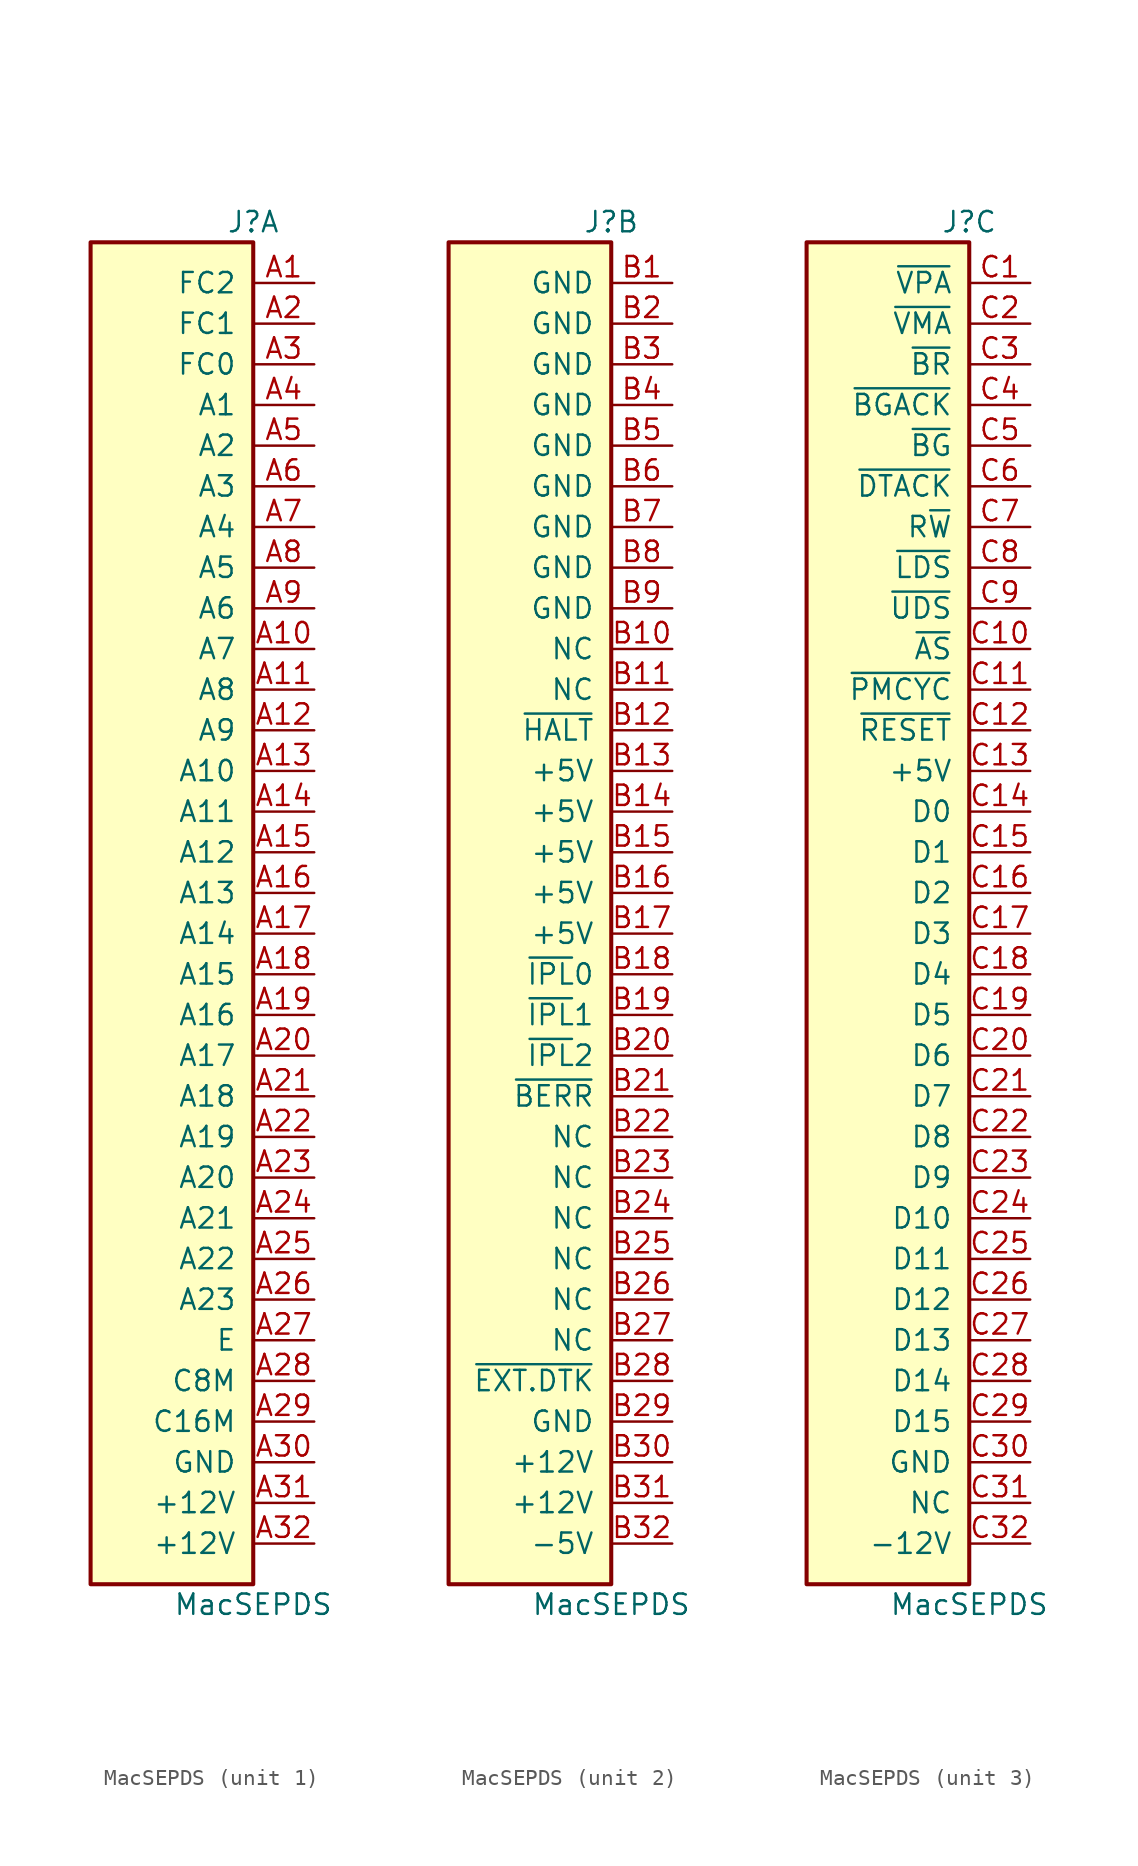
<source format=kicad_sym>
(kicad_symbol_lib
  (version 20220914)
  (generator kicad_symbol_editor)
  (symbol "MacSEPDS"
    (pin_names
      (offset 1.016))
    (property "Reference" "J"
      (at 0 45.72 0)
      (effects (font (size 1.27 1.27))))
    (property "Value" "MacSEPDS"
      (at 0 -40.64 0)
      (effects (font (size 1.27 1.27))))
    (property "ki_locked" ""
      (at 0 0 0)
      (effects (font (size 1.27 1.27))))
    (symbol "MacSEPDS_0_1"
      (rectangle (start 0 44.45) (end -10.16 -39.37) (stroke (width 0.254) (type default)) (fill (type background))))
    (symbol "MacSEPDS_1_1"
      (pin unspecified line (at 3.81 41.91 180) (length 3.81) (name "FC2" (effects (font (size 1.27 1.27)))) (number "A1" (effects (font (size 1.27 1.27)))))
      (pin unspecified line (at 3.81 19.05 180) (length 3.81) (name "A7" (effects (font (size 1.27 1.27)))) (number "A10" (effects (font (size 1.27 1.27)))))
      (pin unspecified line (at 3.81 16.51 180) (length 3.81) (name "A8" (effects (font (size 1.27 1.27)))) (number "A11" (effects (font (size 1.27 1.27)))))
      (pin unspecified line (at 3.81 13.97 180) (length 3.81) (name "A9" (effects (font (size 1.27 1.27)))) (number "A12" (effects (font (size 1.27 1.27)))))
      (pin unspecified line (at 3.81 11.43 180) (length 3.81) (name "A10" (effects (font (size 1.27 1.27)))) (number "A13" (effects (font (size 1.27 1.27)))))
      (pin unspecified line (at 3.81 8.89 180) (length 3.81) (name "A11" (effects (font (size 1.27 1.27)))) (number "A14" (effects (font (size 1.27 1.27)))))
      (pin unspecified line (at 3.81 6.35 180) (length 3.81) (name "A12" (effects (font (size 1.27 1.27)))) (number "A15" (effects (font (size 1.27 1.27)))))
      (pin unspecified line (at 3.81 3.81 180) (length 3.81) (name "A13" (effects (font (size 1.27 1.27)))) (number "A16" (effects (font (size 1.27 1.27)))))
      (pin unspecified line (at 3.81 1.27 180) (length 3.81) (name "A14" (effects (font (size 1.27 1.27)))) (number "A17" (effects (font (size 1.27 1.27)))))
      (pin unspecified line (at 3.81 -1.27 180) (length 3.81) (name "A15" (effects (font (size 1.27 1.27)))) (number "A18" (effects (font (size 1.27 1.27)))))
      (pin unspecified line (at 3.81 -3.81 180) (length 3.81) (name "A16" (effects (font (size 1.27 1.27)))) (number "A19" (effects (font (size 1.27 1.27)))))
      (pin unspecified line (at 3.81 39.37 180) (length 3.81) (name "FC1" (effects (font (size 1.27 1.27)))) (number "A2" (effects (font (size 1.27 1.27)))))
      (pin unspecified line (at 3.81 -6.35 180) (length 3.81) (name "A17" (effects (font (size 1.27 1.27)))) (number "A20" (effects (font (size 1.27 1.27)))))
      (pin unspecified line (at 3.81 -8.89 180) (length 3.81) (name "A18" (effects (font (size 1.27 1.27)))) (number "A21" (effects (font (size 1.27 1.27)))))
      (pin unspecified line (at 3.81 -11.43 180) (length 3.81) (name "A19" (effects (font (size 1.27 1.27)))) (number "A22" (effects (font (size 1.27 1.27)))))
      (pin unspecified line (at 3.81 -13.97 180) (length 3.81) (name "A20" (effects (font (size 1.27 1.27)))) (number "A23" (effects (font (size 1.27 1.27)))))
      (pin unspecified line (at 3.81 -16.51 180) (length 3.81) (name "A21" (effects (font (size 1.27 1.27)))) (number "A24" (effects (font (size 1.27 1.27)))))
      (pin unspecified line (at 3.81 -19.05 180) (length 3.81) (name "A22" (effects (font (size 1.27 1.27)))) (number "A25" (effects (font (size 1.27 1.27)))))
      (pin unspecified line (at 3.81 -21.59 180) (length 3.81) (name "A23" (effects (font (size 1.27 1.27)))) (number "A26" (effects (font (size 1.27 1.27)))))
      (pin unspecified line (at 3.81 -24.13 180) (length 3.81) (name "E" (effects (font (size 1.27 1.27)))) (number "A27" (effects (font (size 1.27 1.27)))))
      (pin unspecified line (at 3.81 -26.67 180) (length 3.81) (name "C8M" (effects (font (size 1.27 1.27)))) (number "A28" (effects (font (size 1.27 1.27)))))
      (pin unspecified line (at 3.81 -29.21 180) (length 3.81) (name "C16M" (effects (font (size 1.27 1.27)))) (number "A29" (effects (font (size 1.27 1.27)))))
      (pin unspecified line (at 3.81 36.83 180) (length 3.81) (name "FC0" (effects (font (size 1.27 1.27)))) (number "A3" (effects (font (size 1.27 1.27)))))
      (pin unspecified line (at 3.81 -31.75 180) (length 3.81) (name "GND" (effects (font (size 1.27 1.27)))) (number "A30" (effects (font (size 1.27 1.27)))))
      (pin unspecified line (at 3.81 -34.29 180) (length 3.81) (name "+12V" (effects (font (size 1.27 1.27)))) (number "A31" (effects (font (size 1.27 1.27)))))
      (pin unspecified line (at 3.81 -36.83 180) (length 3.81) (name "+12V" (effects (font (size 1.27 1.27)))) (number "A32" (effects (font (size 1.27 1.27)))))
      (pin unspecified line (at 3.81 34.29 180) (length 3.81) (name "A1" (effects (font (size 1.27 1.27)))) (number "A4" (effects (font (size 1.27 1.27)))))
      (pin unspecified line (at 3.81 31.75 180) (length 3.81) (name "A2" (effects (font (size 1.27 1.27)))) (number "A5" (effects (font (size 1.27 1.27)))))
      (pin unspecified line (at 3.81 29.21 180) (length 3.81) (name "A3" (effects (font (size 1.27 1.27)))) (number "A6" (effects (font (size 1.27 1.27)))))
      (pin unspecified line (at 3.81 26.67 180) (length 3.81) (name "A4" (effects (font (size 1.27 1.27)))) (number "A7" (effects (font (size 1.27 1.27)))))
      (pin unspecified line (at 3.81 24.13 180) (length 3.81) (name "A5" (effects (font (size 1.27 1.27)))) (number "A8" (effects (font (size 1.27 1.27)))))
      (pin unspecified line (at 3.81 21.59 180) (length 3.81) (name "A6" (effects (font (size 1.27 1.27)))) (number "A9" (effects (font (size 1.27 1.27))))))
    (symbol "MacSEPDS_2_1"
      (pin unspecified line (at 3.81 41.91 180) (length 3.81) (name "GND" (effects (font (size 1.27 1.27)))) (number "B1" (effects (font (size 1.27 1.27)))))
      (pin unspecified line (at 3.81 19.05 180) (length 3.81) (name "NC" (effects (font (size 1.27 1.27)))) (number "B10" (effects (font (size 1.27 1.27)))))
      (pin unspecified line (at 3.81 16.51 180) (length 3.81) (name "NC" (effects (font (size 1.27 1.27)))) (number "B11" (effects (font (size 1.27 1.27)))))
      (pin unspecified line (at 3.81 13.97 180) (length 3.81) (name "~{HALT}" (effects (font (size 1.27 1.27)))) (number "B12" (effects (font (size 1.27 1.27)))))
      (pin unspecified line (at 3.81 11.43 180) (length 3.81) (name "+5V" (effects (font (size 1.27 1.27)))) (number "B13" (effects (font (size 1.27 1.27)))))
      (pin unspecified line (at 3.81 8.89 180) (length 3.81) (name "+5V" (effects (font (size 1.27 1.27)))) (number "B14" (effects (font (size 1.27 1.27)))))
      (pin unspecified line (at 3.81 6.35 180) (length 3.81) (name "+5V" (effects (font (size 1.27 1.27)))) (number "B15" (effects (font (size 1.27 1.27)))))
      (pin unspecified line (at 3.81 3.81 180) (length 3.81) (name "+5V" (effects (font (size 1.27 1.27)))) (number "B16" (effects (font (size 1.27 1.27)))))
      (pin unspecified line (at 3.81 1.27 180) (length 3.81) (name "+5V" (effects (font (size 1.27 1.27)))) (number "B17" (effects (font (size 1.27 1.27)))))
      (pin unspecified line (at 3.81 -1.27 180) (length 3.81) (name "~{IPL}0" (effects (font (size 1.27 1.27)))) (number "B18" (effects (font (size 1.27 1.27)))))
      (pin unspecified line (at 3.81 -3.81 180) (length 3.81) (name "~{IPL}1" (effects (font (size 1.27 1.27)))) (number "B19" (effects (font (size 1.27 1.27)))))
      (pin unspecified line (at 3.81 39.37 180) (length 3.81) (name "GND" (effects (font (size 1.27 1.27)))) (number "B2" (effects (font (size 1.27 1.27)))))
      (pin unspecified line (at 3.81 -6.35 180) (length 3.81) (name "~{IPL}2" (effects (font (size 1.27 1.27)))) (number "B20" (effects (font (size 1.27 1.27)))))
      (pin unspecified line (at 3.81 -8.89 180) (length 3.81) (name "~{BERR}" (effects (font (size 1.27 1.27)))) (number "B21" (effects (font (size 1.27 1.27)))))
      (pin unspecified line (at 3.81 -11.43 180) (length 3.81) (name "NC" (effects (font (size 1.27 1.27)))) (number "B22" (effects (font (size 1.27 1.27)))))
      (pin unspecified line (at 3.81 -13.97 180) (length 3.81) (name "NC" (effects (font (size 1.27 1.27)))) (number "B23" (effects (font (size 1.27 1.27)))))
      (pin unspecified line (at 3.81 -16.51 180) (length 3.81) (name "NC" (effects (font (size 1.27 1.27)))) (number "B24" (effects (font (size 1.27 1.27)))))
      (pin unspecified line (at 3.81 -19.05 180) (length 3.81) (name "NC" (effects (font (size 1.27 1.27)))) (number "B25" (effects (font (size 1.27 1.27)))))
      (pin unspecified line (at 3.81 -21.59 180) (length 3.81) (name "NC" (effects (font (size 1.27 1.27)))) (number "B26" (effects (font (size 1.27 1.27)))))
      (pin unspecified line (at 3.81 -24.13 180) (length 3.81) (name "NC" (effects (font (size 1.27 1.27)))) (number "B27" (effects (font (size 1.27 1.27)))))
      (pin unspecified line (at 3.81 -26.67 180) (length 3.81) (name "~{EXT.DTK}" (effects (font (size 1.27 1.27)))) (number "B28" (effects (font (size 1.27 1.27)))))
      (pin unspecified line (at 3.81 -29.21 180) (length 3.81) (name "GND" (effects (font (size 1.27 1.27)))) (number "B29" (effects (font (size 1.27 1.27)))))
      (pin unspecified line (at 3.81 36.83 180) (length 3.81) (name "GND" (effects (font (size 1.27 1.27)))) (number "B3" (effects (font (size 1.27 1.27)))))
      (pin unspecified line (at 3.81 -31.75 180) (length 3.81) (name "+12V" (effects (font (size 1.27 1.27)))) (number "B30" (effects (font (size 1.27 1.27)))))
      (pin unspecified line (at 3.81 -34.29 180) (length 3.81) (name "+12V" (effects (font (size 1.27 1.27)))) (number "B31" (effects (font (size 1.27 1.27)))))
      (pin unspecified line (at 3.81 -36.83 180) (length 3.81) (name "-5V" (effects (font (size 1.27 1.27)))) (number "B32" (effects (font (size 1.27 1.27)))))
      (pin unspecified line (at 3.81 34.29 180) (length 3.81) (name "GND" (effects (font (size 1.27 1.27)))) (number "B4" (effects (font (size 1.27 1.27)))))
      (pin unspecified line (at 3.81 31.75 180) (length 3.81) (name "GND" (effects (font (size 1.27 1.27)))) (number "B5" (effects (font (size 1.27 1.27)))))
      (pin unspecified line (at 3.81 29.21 180) (length 3.81) (name "GND" (effects (font (size 1.27 1.27)))) (number "B6" (effects (font (size 1.27 1.27)))))
      (pin unspecified line (at 3.81 26.67 180) (length 3.81) (name "GND" (effects (font (size 1.27 1.27)))) (number "B7" (effects (font (size 1.27 1.27)))))
      (pin unspecified line (at 3.81 24.13 180) (length 3.81) (name "GND" (effects (font (size 1.27 1.27)))) (number "B8" (effects (font (size 1.27 1.27)))))
      (pin unspecified line (at 3.81 21.59 180) (length 3.81) (name "GND" (effects (font (size 1.27 1.27)))) (number "B9" (effects (font (size 1.27 1.27))))))
    (symbol "MacSEPDS_3_1"
      (pin unspecified line (at 3.81 41.91 180) (length 3.81) (name "~{VPA}" (effects (font (size 1.27 1.27)))) (number "C1" (effects (font (size 1.27 1.27)))))
      (pin unspecified line (at 3.81 19.05 180) (length 3.81) (name "~{AS}" (effects (font (size 1.27 1.27)))) (number "C10" (effects (font (size 1.27 1.27)))))
      (pin unspecified line (at 3.81 16.51 180) (length 3.81) (name "~{PMCYC}" (effects (font (size 1.27 1.27)))) (number "C11" (effects (font (size 1.27 1.27)))))
      (pin unspecified line (at 3.81 13.97 180) (length 3.81) (name "~{RESET}" (effects (font (size 1.27 1.27)))) (number "C12" (effects (font (size 1.27 1.27)))))
      (pin unspecified line (at 3.81 11.43 180) (length 3.81) (name "+5V" (effects (font (size 1.27 1.27)))) (number "C13" (effects (font (size 1.27 1.27)))))
      (pin unspecified line (at 3.81 8.89 180) (length 3.81) (name "D0" (effects (font (size 1.27 1.27)))) (number "C14" (effects (font (size 1.27 1.27)))))
      (pin unspecified line (at 3.81 6.35 180) (length 3.81) (name "D1" (effects (font (size 1.27 1.27)))) (number "C15" (effects (font (size 1.27 1.27)))))
      (pin unspecified line (at 3.81 3.81 180) (length 3.81) (name "D2" (effects (font (size 1.27 1.27)))) (number "C16" (effects (font (size 1.27 1.27)))))
      (pin unspecified line (at 3.81 1.27 180) (length 3.81) (name "D3" (effects (font (size 1.27 1.27)))) (number "C17" (effects (font (size 1.27 1.27)))))
      (pin unspecified line (at 3.81 -1.27 180) (length 3.81) (name "D4" (effects (font (size 1.27 1.27)))) (number "C18" (effects (font (size 1.27 1.27)))))
      (pin unspecified line (at 3.81 -3.81 180) (length 3.81) (name "D5" (effects (font (size 1.27 1.27)))) (number "C19" (effects (font (size 1.27 1.27)))))
      (pin unspecified line (at 3.81 39.37 180) (length 3.81) (name "~{VMA}" (effects (font (size 1.27 1.27)))) (number "C2" (effects (font (size 1.27 1.27)))))
      (pin unspecified line (at 3.81 -6.35 180) (length 3.81) (name "D6" (effects (font (size 1.27 1.27)))) (number "C20" (effects (font (size 1.27 1.27)))))
      (pin unspecified line (at 3.81 -8.89 180) (length 3.81) (name "D7" (effects (font (size 1.27 1.27)))) (number "C21" (effects (font (size 1.27 1.27)))))
      (pin unspecified line (at 3.81 -11.43 180) (length 3.81) (name "D8" (effects (font (size 1.27 1.27)))) (number "C22" (effects (font (size 1.27 1.27)))))
      (pin unspecified line (at 3.81 -13.97 180) (length 3.81) (name "D9" (effects (font (size 1.27 1.27)))) (number "C23" (effects (font (size 1.27 1.27)))))
      (pin unspecified line (at 3.81 -16.51 180) (length 3.81) (name "D10" (effects (font (size 1.27 1.27)))) (number "C24" (effects (font (size 1.27 1.27)))))
      (pin unspecified line (at 3.81 -19.05 180) (length 3.81) (name "D11" (effects (font (size 1.27 1.27)))) (number "C25" (effects (font (size 1.27 1.27)))))
      (pin unspecified line (at 3.81 -21.59 180) (length 3.81) (name "D12" (effects (font (size 1.27 1.27)))) (number "C26" (effects (font (size 1.27 1.27)))))
      (pin unspecified line (at 3.81 -24.13 180) (length 3.81) (name "D13" (effects (font (size 1.27 1.27)))) (number "C27" (effects (font (size 1.27 1.27)))))
      (pin unspecified line (at 3.81 -26.67 180) (length 3.81) (name "D14" (effects (font (size 1.27 1.27)))) (number "C28" (effects (font (size 1.27 1.27)))))
      (pin unspecified line (at 3.81 -29.21 180) (length 3.81) (name "D15" (effects (font (size 1.27 1.27)))) (number "C29" (effects (font (size 1.27 1.27)))))
      (pin unspecified line (at 3.81 36.83 180) (length 3.81) (name "~{BR}" (effects (font (size 1.27 1.27)))) (number "C3" (effects (font (size 1.27 1.27)))))
      (pin unspecified line (at 3.81 -31.75 180) (length 3.81) (name "GND" (effects (font (size 1.27 1.27)))) (number "C30" (effects (font (size 1.27 1.27)))))
      (pin unspecified line (at 3.81 -34.29 180) (length 3.81) (name "NC" (effects (font (size 1.27 1.27)))) (number "C31" (effects (font (size 1.27 1.27)))))
      (pin unspecified line (at 3.81 -36.83 180) (length 3.81) (name "-12V" (effects (font (size 1.27 1.27)))) (number "C32" (effects (font (size 1.27 1.27)))))
      (pin unspecified line (at 3.81 34.29 180) (length 3.81) (name "~{BGACK}" (effects (font (size 1.27 1.27)))) (number "C4" (effects (font (size 1.27 1.27)))))
      (pin unspecified line (at 3.81 31.75 180) (length 3.81) (name "~{BG}" (effects (font (size 1.27 1.27)))) (number "C5" (effects (font (size 1.27 1.27)))))
      (pin unspecified line (at 3.81 29.21 180) (length 3.81) (name "~{DTACK}" (effects (font (size 1.27 1.27)))) (number "C6" (effects (font (size 1.27 1.27)))))
      (pin unspecified line (at 3.81 26.67 180) (length 3.81) (name "R~{W}" (effects (font (size 1.27 1.27)))) (number "C7" (effects (font (size 1.27 1.27)))))
      (pin unspecified line (at 3.81 24.13 180) (length 3.81) (name "~{LDS}" (effects (font (size 1.27 1.27)))) (number "C8" (effects (font (size 1.27 1.27)))))
      (pin unspecified line (at 3.81 21.59 180) (length 3.81) (name "~{UDS}" (effects (font (size 1.27 1.27)))) (number "C9" (effects (font (size 1.27 1.27))))))))
</source>
